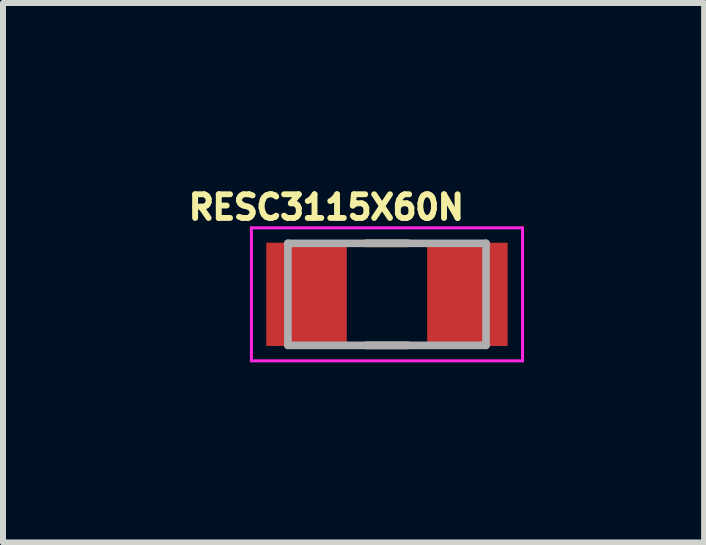
<source format=kicad_pcb>
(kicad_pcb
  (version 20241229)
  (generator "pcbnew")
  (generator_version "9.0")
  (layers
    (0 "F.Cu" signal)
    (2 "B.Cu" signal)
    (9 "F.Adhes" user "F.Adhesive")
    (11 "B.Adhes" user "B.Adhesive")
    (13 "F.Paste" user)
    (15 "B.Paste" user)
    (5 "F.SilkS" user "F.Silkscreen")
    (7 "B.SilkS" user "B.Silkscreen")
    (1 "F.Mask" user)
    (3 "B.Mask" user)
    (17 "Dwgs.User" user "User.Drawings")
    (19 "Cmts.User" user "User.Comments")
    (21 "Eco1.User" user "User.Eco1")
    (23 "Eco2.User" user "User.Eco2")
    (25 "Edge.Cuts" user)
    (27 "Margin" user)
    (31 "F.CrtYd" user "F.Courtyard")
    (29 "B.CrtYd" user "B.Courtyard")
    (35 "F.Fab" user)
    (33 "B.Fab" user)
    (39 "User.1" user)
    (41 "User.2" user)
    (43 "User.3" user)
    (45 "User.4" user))
  (footprint "RESC3115X60N"
    (layer "F.Cu")
    (at 3.396 1.853)
    (property "Reference" "RESC3115X60N" (at -1.01 -1.45 0) (layer "F.SilkS") (effects (font (size 0.394 0.394) (thickness 0.15))))
    (attr smd)
    (fp_line (start -0.35 -0.85) (end 0.35 -0.85) (stroke (width 0.127) (type solid)) (layer "F.SilkS"))
    (fp_line (start -0.35 0.85) (end 0.35 0.85) (stroke (width 0.127) (type solid)) (layer "F.SilkS"))
    (fp_line (start -2.258 -1.108) (end 2.258 -1.108) (stroke (width 0.05) (type solid)) (layer "F.CrtYd"))
    (fp_line (start -2.258 1.108) (end -2.258 -1.108) (stroke (width 0.05) (type solid)) (layer "F.CrtYd"))
    (fp_line (start -2.258 1.108) (end 2.258 1.108) (stroke (width 0.05) (type solid)) (layer "F.CrtYd"))
    (fp_line (start 2.258 1.108) (end 2.258 -1.108) (stroke (width 0.05) (type solid)) (layer "F.CrtYd"))
    (fp_line (start -1.65 0.85) (end -1.65 -0.85) (stroke (width 0.127) (type solid)) (layer "F.Fab"))
    (fp_line (start 1.65 -0.85) (end -1.65 -0.85) (stroke (width 0.127) (type solid)) (layer "F.Fab"))
    (fp_line (start 1.65 0.85) (end -1.65 0.85) (stroke (width 0.127) (type solid)) (layer "F.Fab"))
    (fp_line (start 1.65 0.85) (end 1.65 -0.85) (stroke (width 0.127) (type solid)) (layer "F.Fab"))
    (pad "1" smd rect (at -1.34 0) (size 1.34 1.72) (layers "F.Cu" "F.Mask" "F.Paste"))
    (pad "2" smd rect (at 1.34 0) (size 1.34 1.72) (layers "F.Cu" "F.Mask" "F.Paste")))
  (gr_rect
    (start -3 -3)
    (end 8.679 5.986)
    (stroke (width 0.1) (type default))
    (fill no)
    (layer "Edge.Cuts")))
</source>
